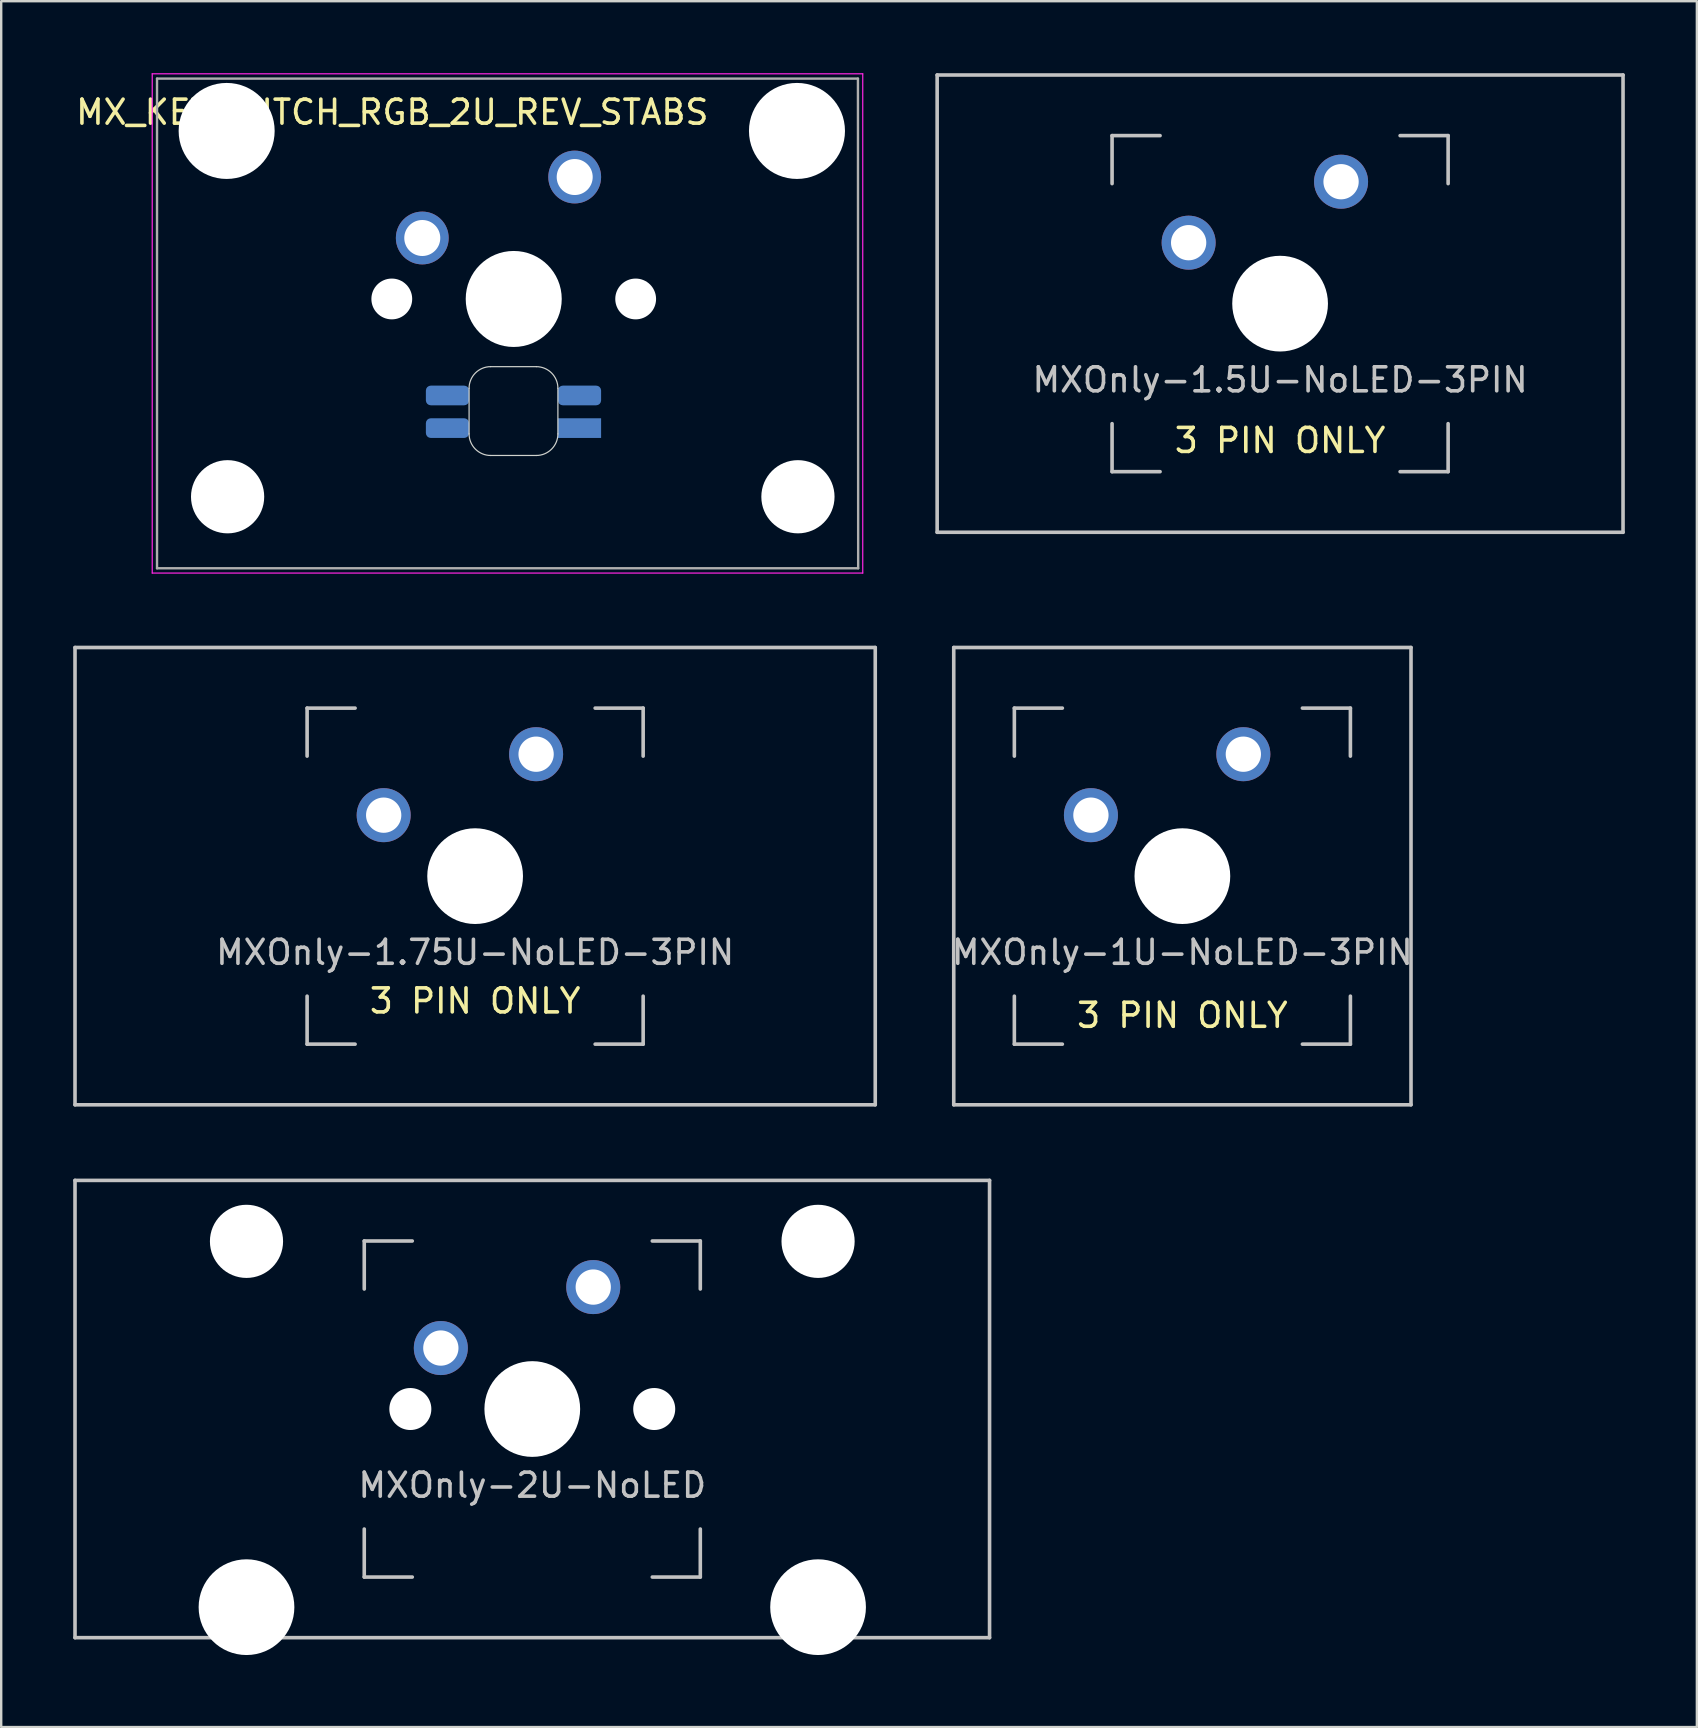
<source format=kicad_pcb>
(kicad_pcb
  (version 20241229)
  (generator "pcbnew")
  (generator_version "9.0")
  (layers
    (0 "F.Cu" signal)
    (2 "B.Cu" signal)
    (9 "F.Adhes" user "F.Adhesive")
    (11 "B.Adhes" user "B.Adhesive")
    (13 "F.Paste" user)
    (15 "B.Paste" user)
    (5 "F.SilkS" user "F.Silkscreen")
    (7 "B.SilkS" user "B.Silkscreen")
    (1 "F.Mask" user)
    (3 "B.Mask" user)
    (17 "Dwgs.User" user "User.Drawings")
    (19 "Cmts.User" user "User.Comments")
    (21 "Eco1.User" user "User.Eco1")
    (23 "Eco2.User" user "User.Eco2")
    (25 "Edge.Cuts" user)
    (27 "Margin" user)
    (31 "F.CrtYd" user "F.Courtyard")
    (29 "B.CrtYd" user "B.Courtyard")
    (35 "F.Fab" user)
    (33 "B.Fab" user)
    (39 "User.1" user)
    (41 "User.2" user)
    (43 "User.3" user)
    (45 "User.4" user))
  (footprint "MX_KEYSWITCH_RGB_2U_REV_STABS"
    (layer "F.Cu")
    (at 18.292 9.425)
    (property "Reference" "MX_KEYSWITCH_RGB_2U_REV_STABS" (at -5 -7.8 0) (layer "F.SilkS") (effects (font (size 1 1) (thickness 0.15))))
    (attr through_hole)
    (fp_line (start -1.8 3.7) (end -1.8 5.6) (stroke (width 0.05) (type solid)) (layer "Edge.Cuts"))
    (fp_line (start -0.9 6.5) (end 1 6.5) (stroke (width 0.05) (type solid)) (layer "Edge.Cuts"))
    (fp_line (start 1 2.8) (end -0.9 2.8) (stroke (width 0.05) (type solid)) (layer "Edge.Cuts"))
    (fp_line (start 1.9 5.6) (end 1.9 3.7) (stroke (width 0.05) (type solid)) (layer "Edge.Cuts"))
    (fp_arc (start -1.8 3.7) (mid -1.536396 3.063604) (end -0.9 2.8) (stroke (width 0.05) (type solid)) (layer "Edge.Cuts"))
    (fp_arc (start -0.9 6.5) (mid -1.536396 6.236396) (end -1.8 5.6) (stroke (width 0.05) (type solid)) (layer "Edge.Cuts"))
    (fp_arc (start 1 2.8) (mid 1.636396 3.063604) (end 1.9 3.7) (stroke (width 0.05) (type solid)) (layer "Edge.Cuts"))
    (fp_arc (start 1.9 5.6) (mid 1.636396 6.236396) (end 1 6.5) (stroke (width 0.05) (type solid)) (layer "Edge.Cuts"))
    (fp_line (start -15 -9.4) (end 14.6 -9.4) (stroke (width 0.05) (type solid)) (layer "F.CrtYd"))
    (fp_line (start -15 11.4) (end -15 -9.4) (stroke (width 0.05) (type solid)) (layer "F.CrtYd"))
    (fp_line (start 14.6 -9.4) (end 14.6 11.4) (stroke (width 0.05) (type solid)) (layer "F.CrtYd"))
    (fp_line (start 14.6 11.4) (end -15 11.4) (stroke (width 0.05) (type solid)) (layer "F.CrtYd"))
    (fp_line (start -14.8 -9.2) (end 14.4 -9.2) (stroke (width 0.1) (type solid)) (layer "F.Fab"))
    (fp_line (start -14.8 11.2) (end -14.8 -9.2) (stroke (width 0.1) (type solid)) (layer "F.Fab"))
    (fp_line (start 14.4 -9.2) (end 14.41 11.2) (stroke (width 0.1) (type solid)) (layer "F.Fab"))
    (fp_line (start 14.41 11.2) (end -14.8 11.2) (stroke (width 0.1) (type solid)) (layer "F.Fab"))
    (pad "" np_thru_hole circle (at -11.9 -7.02) (size 4 4) (drill 4) (layers "*.Cu" "*.Mask"))
    (pad "" np_thru_hole circle (at -11.86 8.22) (size 3.05 3.05) (drill 3.05) (layers "*.Cu" "*.Mask"))
    (pad "" np_thru_hole circle (at -5.02 -0.02) (size 1.7 1.7) (drill 1.7) (layers "*.Cu" "*.Mask"))
    (pad "" np_thru_hole circle (at 0.06 -0.02) (size 4 4) (drill 4) (layers "*.Cu" "*.Mask"))
    (pad "" np_thru_hole circle (at 5.14 -0.02) (size 1.7 1.7) (drill 1.7) (layers "*.Cu" "*.Mask"))
    (pad "" np_thru_hole circle (at 11.86 -7.02) (size 4 4) (drill 4) (layers "*.Cu" "*.Mask"))
    (pad "" np_thru_hole circle (at 11.9 8.22) (size 3.05 3.05) (drill 3.05) (layers "*.Cu" "*.Mask"))
    (pad "1" thru_hole circle (at 2.6 -5.1) (size 2.2 2.2) (drill 1.5) (layers "*.Cu" "*.Mask"))
    (pad "2" thru_hole circle (at -3.75 -2.56) (size 2.2 2.2) (drill 1.5) (layers "*.Cu" "*.Mask"))
    (pad "3" smd roundrect (at 2.8 4) (size 1.8 0.82) (layers "B.Cu" "B.Mask" "B.Paste") (roundrect_rratio 0.25))
    (pad "4" smd roundrect (at -2.7 5.36) (size 1.8 0.82) (layers "B.Cu" "B.Mask" "B.Paste") (roundrect_rratio 0.25))
    (pad "5" smd roundrect (at -2.7 4) (size 1.8 0.82) (layers "B.Cu" "B.Mask" "B.Paste") (roundrect_rratio 0.25))
    (pad "6" smd rect (at 2.8 5.36) (size 1.8 0.82) (layers "B.Cu" "B.Mask" "B.Paste")))
  (footprint "MXOnly-2U-NoLED"
    (layer "F.Cu")
    (at 19.125 55.65)
    (property "Reference" "MXOnly-2U-NoLED" (at 0 3.175 0) (layer "Dwgs.User") (effects (font (size 1 1) (thickness 0.15))))
    (attr through_hole)
    (fp_line (start -19.05 -9.525) (end 19.05 -9.525) (stroke (width 0.15) (type solid)) (layer "Dwgs.User"))
    (fp_line (start -19.05 9.525) (end -19.05 -9.525) (stroke (width 0.15) (type solid)) (layer "Dwgs.User"))
    (fp_line (start -19.05 9.525) (end 19.05 9.525) (stroke (width 0.15) (type solid)) (layer "Dwgs.User"))
    (fp_line (start -7 -7) (end -7 -5) (stroke (width 0.15) (type solid)) (layer "Dwgs.User"))
    (fp_line (start -7 5) (end -7 7) (stroke (width 0.15) (type solid)) (layer "Dwgs.User"))
    (fp_line (start -7 7) (end -5 7) (stroke (width 0.15) (type solid)) (layer "Dwgs.User"))
    (fp_line (start -5 -7) (end -7 -7) (stroke (width 0.15) (type solid)) (layer "Dwgs.User"))
    (fp_line (start 5 -7) (end 7 -7) (stroke (width 0.15) (type solid)) (layer "Dwgs.User"))
    (fp_line (start 5 7) (end 7 7) (stroke (width 0.15) (type solid)) (layer "Dwgs.User"))
    (fp_line (start 7 -7) (end 7 -5) (stroke (width 0.15) (type solid)) (layer "Dwgs.User"))
    (fp_line (start 7 7) (end 7 5) (stroke (width 0.15) (type solid)) (layer "Dwgs.User"))
    (fp_line (start 19.05 -9.525) (end 19.05 9.525) (stroke (width 0.15) (type solid)) (layer "Dwgs.User"))
    (pad "" np_thru_hole circle (at -11.906 -6.985) (size 3.048 3.048) (drill 3.048) (layers "*.Cu" "*.Mask"))
    (pad "" np_thru_hole circle (at -11.906 8.255) (size 3.988 3.988) (drill 3.988) (layers "*.Cu" "*.Mask"))
    (pad "" np_thru_hole circle (at -5.08 0 48.1) (size 1.75 1.75) (drill 1.75) (layers "*.Cu" "*.Mask"))
    (pad "" np_thru_hole circle (at 0 0) (size 3.988 3.988) (drill 3.988) (layers "*.Cu" "*.Mask"))
    (pad "" np_thru_hole circle (at 5.08 0 48.1) (size 1.75 1.75) (drill 1.75) (layers "*.Cu" "*.Mask"))
    (pad "" np_thru_hole circle (at 11.906 -6.985) (size 3.048 3.048) (drill 3.048) (layers "*.Cu" "*.Mask"))
    (pad "" np_thru_hole circle (at 11.906 8.255) (size 3.988 3.988) (drill 3.988) (layers "*.Cu" "*.Mask"))
    (pad "1" thru_hole circle (at -3.81 -2.54) (size 2.25 2.25) (drill 1.47) (layers "*.Cu" "*.Mask"))
    (pad "2" thru_hole circle (at 2.54 -5.08) (size 2.25 2.25) (drill 1.47) (layers "*.Cu" "*.Mask")))
  (footprint "MXOnly-1.5U-NoLED-3PIN"
    (layer "F.Cu")
    (at 50.279 9.6)
    (property "Reference" "MXOnly-1.5U-NoLED-3PIN" (at 0 3.175 0) (layer "Dwgs.User") (effects (font (size 1 1) (thickness 0.15))))
    (attr through_hole)
    (fp_line (start -14.287 -9.525) (end 14.287 -9.525) (stroke (width 0.15) (type solid)) (layer "Dwgs.User"))
    (fp_line (start -14.287 9.525) (end -14.287 -9.525) (stroke (width 0.15) (type solid)) (layer "Dwgs.User"))
    (fp_line (start -14.287 9.525) (end 14.287 9.525) (stroke (width 0.15) (type solid)) (layer "Dwgs.User"))
    (fp_line (start -7 -7) (end -7 -5) (stroke (width 0.15) (type solid)) (layer "Dwgs.User"))
    (fp_line (start -7 5) (end -7 7) (stroke (width 0.15) (type solid)) (layer "Dwgs.User"))
    (fp_line (start -7 7) (end -5 7) (stroke (width 0.15) (type solid)) (layer "Dwgs.User"))
    (fp_line (start -5 -7) (end -7 -7) (stroke (width 0.15) (type solid)) (layer "Dwgs.User"))
    (fp_line (start 5 -7) (end 7 -7) (stroke (width 0.15) (type solid)) (layer "Dwgs.User"))
    (fp_line (start 5 7) (end 7 7) (stroke (width 0.15) (type solid)) (layer "Dwgs.User"))
    (fp_line (start 7 -7) (end 7 -5) (stroke (width 0.15) (type solid)) (layer "Dwgs.User"))
    (fp_line (start 7 7) (end 7 5) (stroke (width 0.15) (type solid)) (layer "Dwgs.User"))
    (fp_line (start 14.287 -9.525) (end 14.287 9.525) (stroke (width 0.15) (type solid)) (layer "Dwgs.User"))
    (fp_text user "3 PIN ONLY" (at 0 5.7 0) (unlocked yes) (layer "F.SilkS") (effects (font (size 1 1) (thickness 0.15))))
    (pad "" np_thru_hole circle (at 0 0) (size 3.988 3.988) (drill 3.988) (layers "*.Cu" "*.Mask"))
    (pad "1" thru_hole circle (at -3.81 -2.54) (size 2.25 2.25) (drill 1.47) (layers "*.Cu" "*.Mask"))
    (pad "2" thru_hole circle (at 2.54 -5.08) (size 2.25 2.25) (drill 1.47) (layers "*.Cu" "*.Mask")))
  (footprint "MXOnly-1U-NoLED-3PIN"
    (layer "F.Cu")
    (at 46.208 33.45)
    (property "Reference" "MXOnly-1U-NoLED-3PIN" (at 0 3.175 0) (layer "Dwgs.User") (effects (font (size 1 1) (thickness 0.15))))
    (fp_line (start -9.525 -9.525) (end 9.525 -9.525) (stroke (width 0.15) (type solid)) (layer "Dwgs.User"))
    (fp_line (start -9.525 9.525) (end -9.525 -9.525) (stroke (width 0.15) (type solid)) (layer "Dwgs.User"))
    (fp_line (start -7 -7) (end -7 -5) (stroke (width 0.15) (type solid)) (layer "Dwgs.User"))
    (fp_line (start -7 5) (end -7 7) (stroke (width 0.15) (type solid)) (layer "Dwgs.User"))
    (fp_line (start -7 7) (end -5 7) (stroke (width 0.15) (type solid)) (layer "Dwgs.User"))
    (fp_line (start -5 -7) (end -7 -7) (stroke (width 0.15) (type solid)) (layer "Dwgs.User"))
    (fp_line (start 5 -7) (end 7 -7) (stroke (width 0.15) (type solid)) (layer "Dwgs.User"))
    (fp_line (start 5 7) (end 7 7) (stroke (width 0.15) (type solid)) (layer "Dwgs.User"))
    (fp_line (start 7 -7) (end 7 -5) (stroke (width 0.15) (type solid)) (layer "Dwgs.User"))
    (fp_line (start 7 7) (end 7 5) (stroke (width 0.15) (type solid)) (layer "Dwgs.User"))
    (fp_line (start 9.525 -9.525) (end 9.525 9.525) (stroke (width 0.15) (type solid)) (layer "Dwgs.User"))
    (fp_line (start 9.525 9.525) (end -9.525 9.525) (stroke (width 0.15) (type solid)) (layer "Dwgs.User"))
    (fp_text user "3 PIN ONLY" (at 0 5.8 0) (unlocked yes) (layer "F.SilkS") (effects (font (size 1 1) (thickness 0.15))))
    (pad "" np_thru_hole circle (at 0 0) (size 3.988 3.988) (drill 3.988) (layers "*.Cu" "*.Mask"))
    (pad "1" thru_hole circle (at -3.81 -2.54) (size 2.25 2.25) (drill 1.47) (layers "*.Cu" "*.Mask"))
    (pad "2" thru_hole circle (at 2.54 -5.08) (size 2.25 2.25) (drill 1.47) (layers "*.Cu" "*.Mask")))
  (footprint "MXOnly-1.75U-NoLED-3PIN"
    (layer "F.Cu")
    (at 16.744 33.45)
    (property "Reference" "MXOnly-1.75U-NoLED-3PIN" (at 0 3.175 0) (layer "Dwgs.User") (effects (font (size 1 1) (thickness 0.15))))
    (fp_line (start -16.669 -9.525) (end 16.669 -9.525) (stroke (width 0.15) (type solid)) (layer "Dwgs.User"))
    (fp_line (start -16.669 9.525) (end -16.669 -9.525) (stroke (width 0.15) (type solid)) (layer "Dwgs.User"))
    (fp_line (start -16.669 9.525) (end 16.669 9.525) (stroke (width 0.15) (type solid)) (layer "Dwgs.User"))
    (fp_line (start -7 -7) (end -7 -5) (stroke (width 0.15) (type solid)) (layer "Dwgs.User"))
    (fp_line (start -7 5) (end -7 7) (stroke (width 0.15) (type solid)) (layer "Dwgs.User"))
    (fp_line (start -7 7) (end -5 7) (stroke (width 0.15) (type solid)) (layer "Dwgs.User"))
    (fp_line (start -5 -7) (end -7 -7) (stroke (width 0.15) (type solid)) (layer "Dwgs.User"))
    (fp_line (start 5 -7) (end 7 -7) (stroke (width 0.15) (type solid)) (layer "Dwgs.User"))
    (fp_line (start 5 7) (end 7 7) (stroke (width 0.15) (type solid)) (layer "Dwgs.User"))
    (fp_line (start 7 -7) (end 7 -5) (stroke (width 0.15) (type solid)) (layer "Dwgs.User"))
    (fp_line (start 7 7) (end 7 5) (stroke (width 0.15) (type solid)) (layer "Dwgs.User"))
    (fp_line (start 16.669 -9.525) (end 16.669 9.525) (stroke (width 0.15) (type solid)) (layer "Dwgs.User"))
    (fp_text user "3 PIN ONLY" (at 0 5.2 0) (unlocked yes) (layer "F.SilkS") (effects (font (size 1 1) (thickness 0.15))))
    (pad "" np_thru_hole circle (at 0 0) (size 3.988 3.988) (drill 3.988) (layers "*.Cu" "*.Mask"))
    (pad "1" thru_hole circle (at -3.81 -2.54) (size 2.25 2.25) (drill 1.47) (layers "*.Cu" "*.Mask"))
    (pad "2" thru_hole circle (at 2.54 -5.08) (size 2.25 2.25) (drill 1.47) (layers "*.Cu" "*.Mask")))
  (gr_rect
    (start -3 -3)
    (end 67.642 68.899)
    (stroke (width 0.1) (type default))
    (fill no)
    (layer "Edge.Cuts")))
</source>
